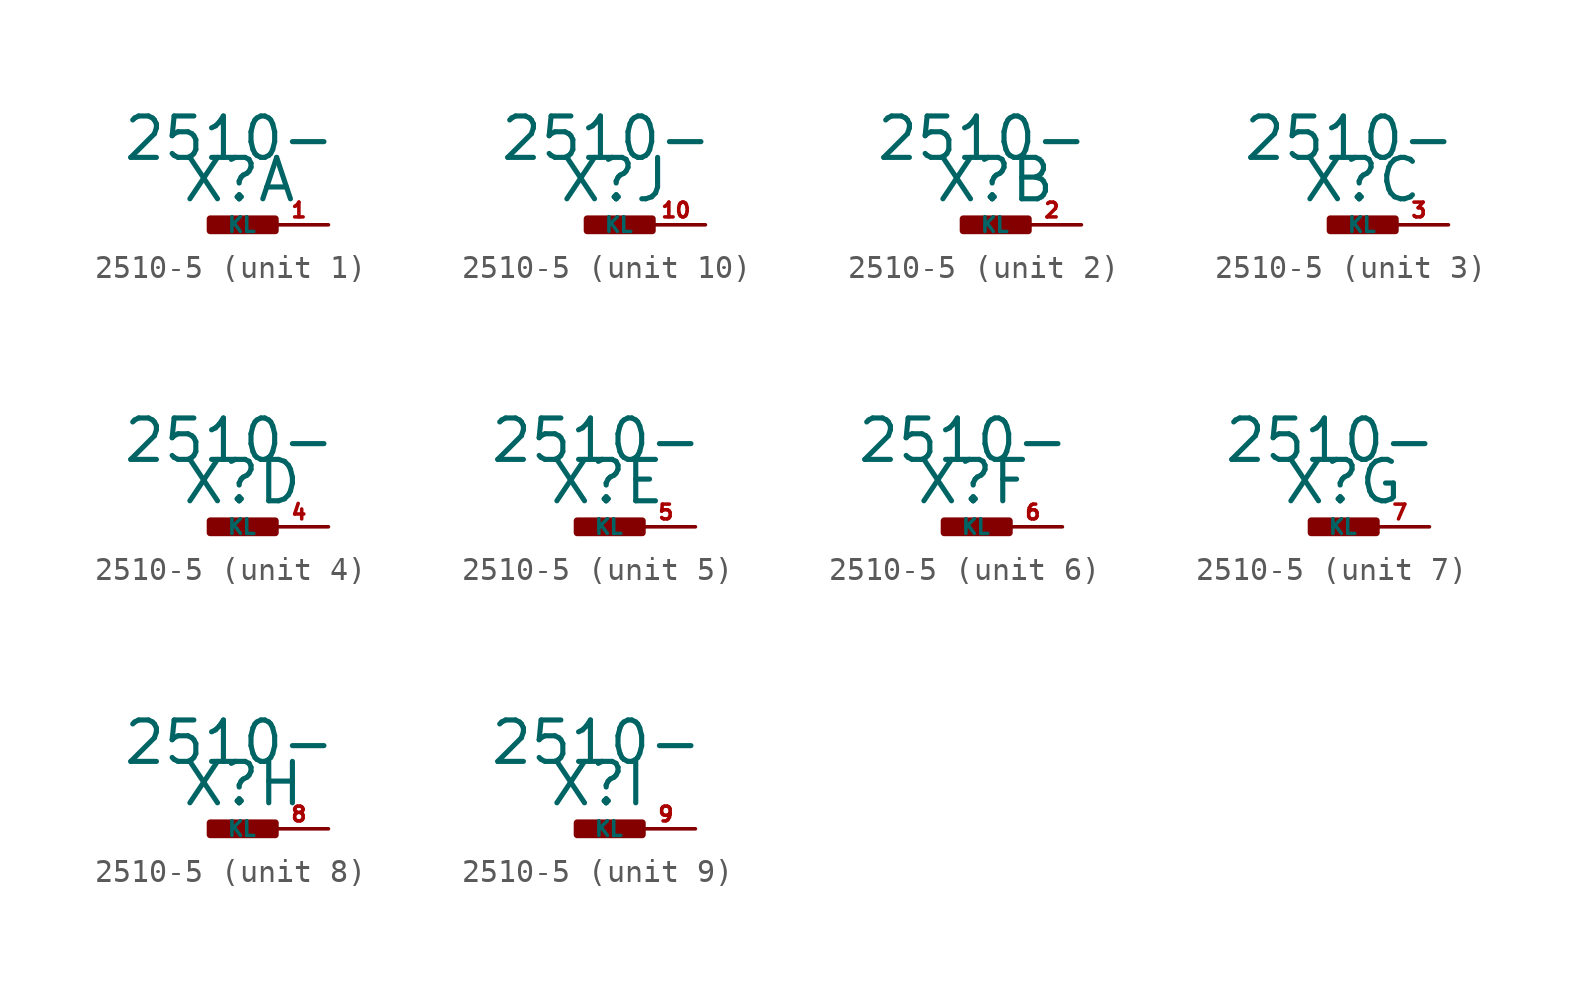
<source format=kicad_sym>
(kicad_symbol_lib
  (version 20220914)
  (generator Eagle2Kicad)
  (symbol "2510-5"
    (property "Reference" "X"
      (at -1.27 0.889 0)
      (effects (font (size 1.778 1.778) (thickness 0.22)) (justify left bottom)))
    (property "Value" "2510-"
      (at -3.81 2.667 0)
      (effects (font (size 1.778 1.778) (thickness 0.22)) (justify left bottom)))
    (symbol "2510-5_1_0"
      (rectangle (start 0 -0.254) (end 2.794 0.254) (stroke (width 0.3) (type default)) (fill (type outline)))
      (pin passive line (at 5.08 0 180) (length 2.54) (name "KL" (effects (font (size 0.635 0.635) (thickness 0.08)) (justify left bottom))) (number "1" (effects (font (size 0.635 0.635) (thickness 0.08)) (justify left bottom)))))
    (symbol "2510-5_2_0"
      (rectangle (start 0 -0.254) (end 2.794 0.254) (stroke (width 0.3) (type default)) (fill (type outline)))
      (pin passive line (at 5.08 0 180) (length 2.54) (name "KL" (effects (font (size 0.635 0.635) (thickness 0.08)) (justify left bottom))) (number "2" (effects (font (size 0.635 0.635) (thickness 0.08)) (justify left bottom)))))
    (symbol "2510-5_3_0"
      (rectangle (start 0 -0.254) (end 2.794 0.254) (stroke (width 0.3) (type default)) (fill (type outline)))
      (pin passive line (at 5.08 0 180) (length 2.54) (name "KL" (effects (font (size 0.635 0.635) (thickness 0.08)) (justify left bottom))) (number "3" (effects (font (size 0.635 0.635) (thickness 0.08)) (justify left bottom)))))
    (symbol "2510-5_4_0"
      (rectangle (start 0 -0.254) (end 2.794 0.254) (stroke (width 0.3) (type default)) (fill (type outline)))
      (pin passive line (at 5.08 0 180) (length 2.54) (name "KL" (effects (font (size 0.635 0.635) (thickness 0.08)) (justify left bottom))) (number "4" (effects (font (size 0.635 0.635) (thickness 0.08)) (justify left bottom)))))
    (symbol "2510-5_5_0"
      (rectangle (start 0 -0.254) (end 2.794 0.254) (stroke (width 0.3) (type default)) (fill (type outline)))
      (pin passive line (at 5.08 0 180) (length 2.54) (name "KL" (effects (font (size 0.635 0.635) (thickness 0.08)) (justify left bottom))) (number "5" (effects (font (size 0.635 0.635) (thickness 0.08)) (justify left bottom)))))
    (symbol "2510-5_6_0"
      (rectangle (start 0 -0.254) (end 2.794 0.254) (stroke (width 0.3) (type default)) (fill (type outline)))
      (pin passive line (at 5.08 0 180) (length 2.54) (name "KL" (effects (font (size 0.635 0.635) (thickness 0.08)) (justify left bottom))) (number "6" (effects (font (size 0.635 0.635) (thickness 0.08)) (justify left bottom)))))
    (symbol "2510-5_7_0"
      (rectangle (start 0 -0.254) (end 2.794 0.254) (stroke (width 0.3) (type default)) (fill (type outline)))
      (pin passive line (at 5.08 0 180) (length 2.54) (name "KL" (effects (font (size 0.635 0.635) (thickness 0.08)) (justify left bottom))) (number "7" (effects (font (size 0.635 0.635) (thickness 0.08)) (justify left bottom)))))
    (symbol "2510-5_8_0"
      (rectangle (start 0 -0.254) (end 2.794 0.254) (stroke (width 0.3) (type default)) (fill (type outline)))
      (pin passive line (at 5.08 0 180) (length 2.54) (name "KL" (effects (font (size 0.635 0.635) (thickness 0.08)) (justify left bottom))) (number "8" (effects (font (size 0.635 0.635) (thickness 0.08)) (justify left bottom)))))
    (symbol "2510-5_9_0"
      (rectangle (start 0 -0.254) (end 2.794 0.254) (stroke (width 0.3) (type default)) (fill (type outline)))
      (pin passive line (at 5.08 0 180) (length 2.54) (name "KL" (effects (font (size 0.635 0.635) (thickness 0.08)) (justify left bottom))) (number "9" (effects (font (size 0.635 0.635) (thickness 0.08)) (justify left bottom)))))
    (symbol "2510-5_10_0"
      (rectangle (start 0 -0.254) (end 2.794 0.254) (stroke (width 0.3) (type default)) (fill (type outline)))
      (pin passive line (at 5.08 0 180) (length 2.54) (name "KL" (effects (font (size 0.635 0.635) (thickness 0.08)) (justify left bottom))) (number "10" (effects (font (size 0.635 0.635) (thickness 0.08)) (justify left bottom)))))))
</source>
